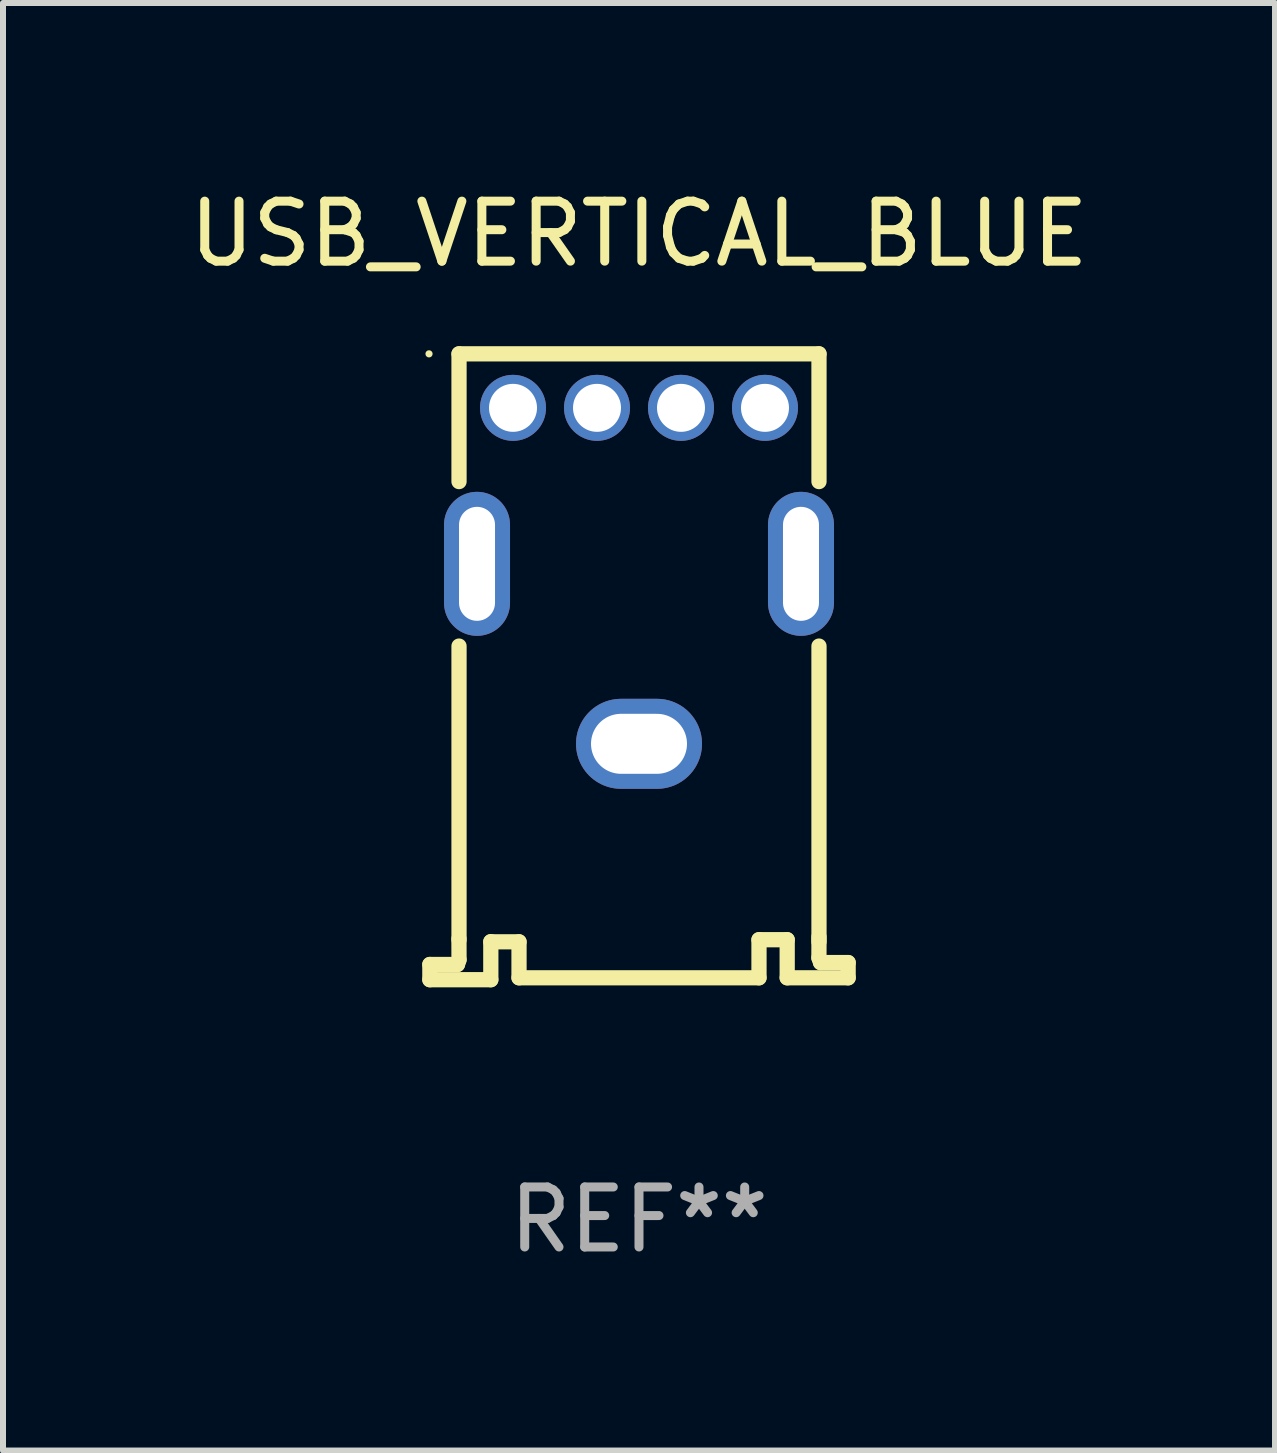
<source format=kicad_pcb>
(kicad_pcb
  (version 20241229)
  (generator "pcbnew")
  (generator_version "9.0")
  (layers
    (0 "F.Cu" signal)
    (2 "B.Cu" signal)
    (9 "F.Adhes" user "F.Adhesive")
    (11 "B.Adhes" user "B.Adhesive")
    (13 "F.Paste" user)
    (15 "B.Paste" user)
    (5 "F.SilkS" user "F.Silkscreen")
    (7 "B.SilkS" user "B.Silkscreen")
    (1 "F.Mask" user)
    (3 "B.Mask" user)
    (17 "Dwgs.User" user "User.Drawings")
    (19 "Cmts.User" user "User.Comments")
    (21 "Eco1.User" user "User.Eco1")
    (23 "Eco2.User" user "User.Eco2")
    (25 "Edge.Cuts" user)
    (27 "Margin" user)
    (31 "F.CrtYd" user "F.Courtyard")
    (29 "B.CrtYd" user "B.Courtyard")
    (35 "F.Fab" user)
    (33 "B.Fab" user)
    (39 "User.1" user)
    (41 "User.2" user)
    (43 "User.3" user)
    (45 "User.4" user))
  (footprint "USB_VERTICAL_BLUE"
    (layer "F.Cu")
    (at 7.601 6.548)
    (property "Reference" "USB_VERTICAL_BLUE" (at -0.000191 -5.7 0) (layer "F.SilkS") (effects (font (size 1 1) (thickness 0.15))))
    (attr through_hole)
    (fp_line (start -3.486 6.478) (end -3.486 6.732) (stroke (width 0.254) (type solid)) (layer "F.SilkS"))
    (fp_line (start -3.486 6.732) (end -2.47 6.732) (stroke (width 0.254) (type solid)) (layer "F.SilkS"))
    (fp_line (start -3.026 6.478) (end -3.486 6.478) (stroke (width 0.254) (type solid)) (layer "F.SilkS"))
    (fp_line (start -3.001 6.051) (end -3 6.4) (stroke (width 0.254) (type solid)) (layer "F.SilkS"))
    (fp_line (start -3 -3.7) (end -3 -1.571) (stroke (width 0.254) (type solid)) (layer "F.SilkS"))
    (fp_line (start -3 -3.7) (end 3 -3.7) (stroke (width 0.254) (type solid)) (layer "F.SilkS"))
    (fp_line (start -3 1.171) (end -3 6.065) (stroke (width 0.254) (type solid)) (layer "F.SilkS"))
    (fp_line (start -3 6.4) (end -3.026 6.478) (stroke (width 0.254) (type solid)) (layer "F.SilkS"))
    (fp_line (start -2.47 6.732) (end -2.47 6.097) (stroke (width 0.254) (type solid)) (layer "F.SilkS"))
    (fp_line (start -2 6.1) (end -2.47 6.1) (stroke (width 0.254) (type solid)) (layer "F.SilkS"))
    (fp_line (start -2 6.7) (end -2 6.1) (stroke (width 0.254) (type solid)) (layer "F.SilkS"))
    (fp_line (start 2 6.065) (end 2 6.7) (stroke (width 0.254) (type solid)) (layer "F.SilkS"))
    (fp_line (start 2 6.7) (end -2 6.7) (stroke (width 0.254) (type solid)) (layer "F.SilkS"))
    (fp_line (start 2.47 6.065) (end 2 6.065) (stroke (width 0.254) (type solid)) (layer "F.SilkS"))
    (fp_line (start 2.47 6.7) (end 2.47 6.065) (stroke (width 0.254) (type solid)) (layer "F.SilkS"))
    (fp_line (start 2.999 6.368) (end 3.026 6.446) (stroke (width 0.254) (type solid)) (layer "F.SilkS"))
    (fp_line (start 3 -3.7) (end 3 -1.571) (stroke (width 0.254) (type solid)) (layer "F.SilkS"))
    (fp_line (start 3 1.171) (end 3 6.1) (stroke (width 0.254) (type solid)) (layer "F.SilkS"))
    (fp_line (start 3 6.019) (end 2.999 6.368) (stroke (width 0.254) (type solid)) (layer "F.SilkS"))
    (fp_line (start 3.026 6.446) (end 3.486 6.446) (stroke (width 0.254) (type solid)) (layer "F.SilkS"))
    (fp_line (start 3.486 6.446) (end 3.486 6.7) (stroke (width 0.254) (type solid)) (layer "F.SilkS"))
    (fp_line (start 3.486 6.7) (end 2.47 6.7) (stroke (width 0.254) (type solid)) (layer "F.SilkS"))
    (fp_circle (center -3.5 -3.7) (end -3.47 -3.7) (stroke (width 0.06) (type solid)) (fill no) (layer "F.SilkS"))
    (fp_text user "REF**" (at -0.000191 10.732 0) (layer "F.Fab") (effects (font (size 1 1) (thickness 0.15))))
    (pad "1" thru_hole circle (at -2.1 -2.8) (size 1.1 1.1) (drill 0.8) (layers "*.Cu" "*.Mask"))
    (pad "2" thru_hole circle (at -0.7 -2.8) (size 1.1 1.1) (drill 0.8) (layers "*.Cu" "*.Mask"))
    (pad "3" thru_hole circle (at 0.7 -2.8) (size 1.1 1.1) (drill 0.8) (layers "*.Cu" "*.Mask"))
    (pad "4" thru_hole circle (at 2.1 -2.8) (size 1.1 1.1) (drill 0.8) (layers "*.Cu" "*.Mask"))
    (pad "5" thru_hole oval (at -2.7 -0.2) (size 1.1 2.4) (drill oval 0.6 1.9) (layers "*.Cu" "*.Mask"))
    (pad "6" thru_hole oval (at 0 2.8 90) (size 1.5 2.1) (drill oval 1 1.6) (layers "*.Cu" "*.Mask"))
    (pad "7" thru_hole oval (at 2.7 -0.2) (size 1.1 2.4) (drill oval 0.6 1.9) (layers "*.Cu" "*.Mask")))
  (gr_rect
    (start -3 -3)
    (end 18.202 21.128)
    (stroke (width 0.1) (type default))
    (fill no)
    (layer "Edge.Cuts")))
</source>
